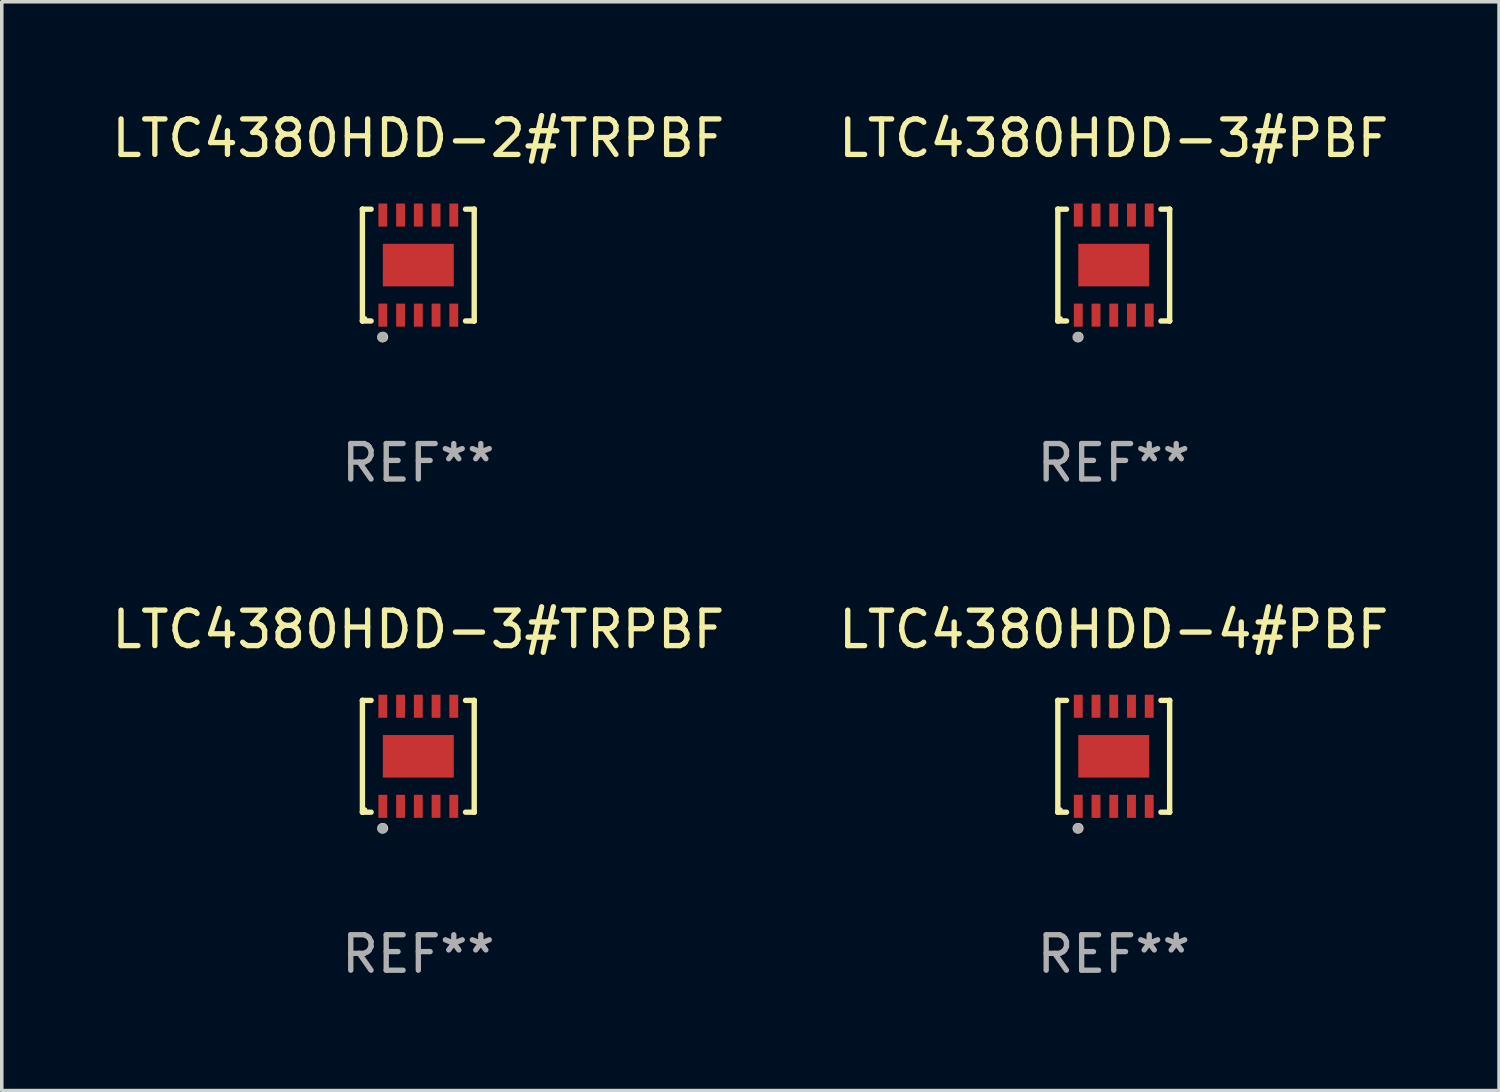
<source format=kicad_pcb>
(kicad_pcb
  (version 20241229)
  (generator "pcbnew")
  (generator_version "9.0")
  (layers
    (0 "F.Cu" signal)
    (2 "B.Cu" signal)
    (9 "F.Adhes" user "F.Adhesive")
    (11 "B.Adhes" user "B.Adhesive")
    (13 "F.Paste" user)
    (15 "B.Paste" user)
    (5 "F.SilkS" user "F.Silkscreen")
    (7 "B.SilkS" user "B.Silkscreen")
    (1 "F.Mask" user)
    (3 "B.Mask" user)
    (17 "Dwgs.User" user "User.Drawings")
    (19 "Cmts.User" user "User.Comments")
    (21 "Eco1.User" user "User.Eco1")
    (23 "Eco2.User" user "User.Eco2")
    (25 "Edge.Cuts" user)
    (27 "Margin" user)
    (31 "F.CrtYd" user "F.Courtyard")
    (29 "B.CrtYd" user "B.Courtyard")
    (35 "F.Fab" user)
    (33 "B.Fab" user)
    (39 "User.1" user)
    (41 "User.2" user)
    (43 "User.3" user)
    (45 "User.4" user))
  (footprint "LTC4380HDD-4#PBF"
    (layer "F.Cu")
    (at 28.351 18.273)
    (property "Reference" "LTC4380HDD-4#PBF" (at 0 -3.576 0) (layer "F.SilkS") (effects (font (size 1 1) (thickness 0.15))))
    (attr through_hole)
    (fp_line (start -1.576 -1.576) (end -1.576 -1.576) (stroke (width 0.152) (type solid)) (layer "F.SilkS"))
    (fp_line (start -1.576 -1.576) (end -1.331 -1.576) (stroke (width 0.152) (type solid)) (layer "F.SilkS"))
    (fp_line (start -1.576 1.576) (end -1.576 -1.576) (stroke (width 0.152) (type solid)) (layer "F.SilkS"))
    (fp_line (start -1.576 1.576) (end -1.576 1.576) (stroke (width 0.152) (type solid)) (layer "F.SilkS"))
    (fp_line (start -1.331 1.576) (end -1.576 1.576) (stroke (width 0.152) (type solid)) (layer "F.SilkS"))
    (fp_line (start 1.331 1.576) (end 1.576 1.576) (stroke (width 0.152) (type solid)) (layer "F.SilkS"))
    (fp_line (start 1.576 -1.576) (end 1.331 -1.576) (stroke (width 0.152) (type solid)) (layer "F.SilkS"))
    (fp_line (start 1.576 -1.576) (end 1.576 -1.576) (stroke (width 0.152) (type solid)) (layer "F.SilkS"))
    (fp_line (start 1.576 1.576) (end 1.576 -1.576) (stroke (width 0.152) (type solid)) (layer "F.SilkS"))
    (fp_line (start 1.576 1.576) (end 1.576 1.576) (stroke (width 0.152) (type solid)) (layer "F.SilkS"))
    (fp_circle (center -1.5 1.5) (end -1.47 1.5) (stroke (width 0.06) (type solid)) (fill no) (layer "F.SilkS"))
    (fp_circle (center -1 2.028) (end -0.925 2.028) (stroke (width 0.15) (type solid)) (fill no) (layer "F.SilkS"))
    (fp_circle (center -1.016 2.032) (end -0.941 2.032) (stroke (width 0.15) (type solid)) (fill no) (layer "F.Fab"))
    (fp_text user "REF**" (at 0 5.576 0) (layer "F.Fab") (effects (font (size 1 1) (thickness 0.15))))
    (pad "1" smd rect (at -1 1.411) (size 0.25 0.65) (layers "F.Cu" "F.Mask" "F.Paste"))
    (pad "2" smd rect (at -0.5 1.411) (size 0.25 0.65) (layers "F.Cu" "F.Mask" "F.Paste"))
    (pad "3" smd rect (at 0 1.411) (size 0.25 0.65) (layers "F.Cu" "F.Mask" "F.Paste"))
    (pad "4" smd rect (at 0.5 1.411) (size 0.25 0.65) (layers "F.Cu" "F.Mask" "F.Paste"))
    (pad "5" smd rect (at 1 1.411) (size 0.25 0.65) (layers "F.Cu" "F.Mask" "F.Paste"))
    (pad "6" smd rect (at 1 -1.411) (size 0.25 0.65) (layers "F.Cu" "F.Mask" "F.Paste"))
    (pad "7" smd rect (at 0.5 -1.411) (size 0.25 0.65) (layers "F.Cu" "F.Mask" "F.Paste"))
    (pad "8" smd rect (at 0 -1.411) (size 0.25 0.65) (layers "F.Cu" "F.Mask" "F.Paste"))
    (pad "9" smd rect (at -0.5 -1.411) (size 0.25 0.65) (layers "F.Cu" "F.Mask" "F.Paste"))
    (pad "10" smd rect (at -1 -1.411) (size 0.25 0.65) (layers "F.Cu" "F.Mask" "F.Paste"))
    (pad "11" smd rect (at 0 0) (size 2 1.2) (layers "F.Cu" "F.Mask" "F.Paste")))
  (footprint "LTC4380HDD-3#TRPBF"
    (layer "F.Cu")
    (at 8.744 18.273)
    (property "Reference" "LTC4380HDD-3#TRPBF" (at 0 -3.576 0) (layer "F.SilkS") (effects (font (size 1 1) (thickness 0.15))))
    (attr through_hole)
    (fp_line (start -1.576 -1.576) (end -1.576 -1.576) (stroke (width 0.152) (type solid)) (layer "F.SilkS"))
    (fp_line (start -1.576 -1.576) (end -1.331 -1.576) (stroke (width 0.152) (type solid)) (layer "F.SilkS"))
    (fp_line (start -1.576 1.576) (end -1.576 -1.576) (stroke (width 0.152) (type solid)) (layer "F.SilkS"))
    (fp_line (start -1.576 1.576) (end -1.576 1.576) (stroke (width 0.152) (type solid)) (layer "F.SilkS"))
    (fp_line (start -1.331 1.576) (end -1.576 1.576) (stroke (width 0.152) (type solid)) (layer "F.SilkS"))
    (fp_line (start 1.331 1.576) (end 1.576 1.576) (stroke (width 0.152) (type solid)) (layer "F.SilkS"))
    (fp_line (start 1.576 -1.576) (end 1.331 -1.576) (stroke (width 0.152) (type solid)) (layer "F.SilkS"))
    (fp_line (start 1.576 -1.576) (end 1.576 -1.576) (stroke (width 0.152) (type solid)) (layer "F.SilkS"))
    (fp_line (start 1.576 1.576) (end 1.576 -1.576) (stroke (width 0.152) (type solid)) (layer "F.SilkS"))
    (fp_line (start 1.576 1.576) (end 1.576 1.576) (stroke (width 0.152) (type solid)) (layer "F.SilkS"))
    (fp_circle (center -1.5 1.5) (end -1.47 1.5) (stroke (width 0.06) (type solid)) (fill no) (layer "F.SilkS"))
    (fp_circle (center -1 2.028) (end -0.925 2.028) (stroke (width 0.15) (type solid)) (fill no) (layer "F.SilkS"))
    (fp_circle (center -1.016 2.032) (end -0.941 2.032) (stroke (width 0.15) (type solid)) (fill no) (layer "F.Fab"))
    (fp_text user "REF**" (at 0 5.576 0) (layer "F.Fab") (effects (font (size 1 1) (thickness 0.15))))
    (pad "1" smd rect (at -1 1.411) (size 0.25 0.65) (layers "F.Cu" "F.Mask" "F.Paste"))
    (pad "2" smd rect (at -0.5 1.411) (size 0.25 0.65) (layers "F.Cu" "F.Mask" "F.Paste"))
    (pad "3" smd rect (at 0 1.411) (size 0.25 0.65) (layers "F.Cu" "F.Mask" "F.Paste"))
    (pad "4" smd rect (at 0.5 1.411) (size 0.25 0.65) (layers "F.Cu" "F.Mask" "F.Paste"))
    (pad "5" smd rect (at 1 1.411) (size 0.25 0.65) (layers "F.Cu" "F.Mask" "F.Paste"))
    (pad "6" smd rect (at 1 -1.411) (size 0.25 0.65) (layers "F.Cu" "F.Mask" "F.Paste"))
    (pad "7" smd rect (at 0.5 -1.411) (size 0.25 0.65) (layers "F.Cu" "F.Mask" "F.Paste"))
    (pad "8" smd rect (at 0 -1.411) (size 0.25 0.65) (layers "F.Cu" "F.Mask" "F.Paste"))
    (pad "9" smd rect (at -0.5 -1.411) (size 0.25 0.65) (layers "F.Cu" "F.Mask" "F.Paste"))
    (pad "10" smd rect (at -1 -1.411) (size 0.25 0.65) (layers "F.Cu" "F.Mask" "F.Paste"))
    (pad "11" smd rect (at 0 0) (size 2 1.2) (layers "F.Cu" "F.Mask" "F.Paste")))
  (footprint "LTC4380HDD-2#TRPBF"
    (layer "F.Cu")
    (at 8.744 4.424)
    (property "Reference" "LTC4380HDD-2#TRPBF" (at 0 -3.576 0) (layer "F.SilkS") (effects (font (size 1 1) (thickness 0.15))))
    (attr through_hole)
    (fp_line (start -1.576 -1.576) (end -1.576 -1.576) (stroke (width 0.152) (type solid)) (layer "F.SilkS"))
    (fp_line (start -1.576 -1.576) (end -1.331 -1.576) (stroke (width 0.152) (type solid)) (layer "F.SilkS"))
    (fp_line (start -1.576 1.576) (end -1.576 -1.576) (stroke (width 0.152) (type solid)) (layer "F.SilkS"))
    (fp_line (start -1.576 1.576) (end -1.576 1.576) (stroke (width 0.152) (type solid)) (layer "F.SilkS"))
    (fp_line (start -1.331 1.576) (end -1.576 1.576) (stroke (width 0.152) (type solid)) (layer "F.SilkS"))
    (fp_line (start 1.331 1.576) (end 1.576 1.576) (stroke (width 0.152) (type solid)) (layer "F.SilkS"))
    (fp_line (start 1.576 -1.576) (end 1.331 -1.576) (stroke (width 0.152) (type solid)) (layer "F.SilkS"))
    (fp_line (start 1.576 -1.576) (end 1.576 -1.576) (stroke (width 0.152) (type solid)) (layer "F.SilkS"))
    (fp_line (start 1.576 1.576) (end 1.576 -1.576) (stroke (width 0.152) (type solid)) (layer "F.SilkS"))
    (fp_line (start 1.576 1.576) (end 1.576 1.576) (stroke (width 0.152) (type solid)) (layer "F.SilkS"))
    (fp_circle (center -1.5 1.5) (end -1.47 1.5) (stroke (width 0.06) (type solid)) (fill no) (layer "F.SilkS"))
    (fp_circle (center -1 2.028) (end -0.925 2.028) (stroke (width 0.15) (type solid)) (fill no) (layer "F.SilkS"))
    (fp_circle (center -1.016 2.032) (end -0.941 2.032) (stroke (width 0.15) (type solid)) (fill no) (layer "F.Fab"))
    (fp_text user "REF**" (at 0 5.576 0) (layer "F.Fab") (effects (font (size 1 1) (thickness 0.15))))
    (pad "1" smd rect (at -1 1.411) (size 0.25 0.65) (layers "F.Cu" "F.Mask" "F.Paste"))
    (pad "2" smd rect (at -0.5 1.411) (size 0.25 0.65) (layers "F.Cu" "F.Mask" "F.Paste"))
    (pad "3" smd rect (at 0 1.411) (size 0.25 0.65) (layers "F.Cu" "F.Mask" "F.Paste"))
    (pad "4" smd rect (at 0.5 1.411) (size 0.25 0.65) (layers "F.Cu" "F.Mask" "F.Paste"))
    (pad "5" smd rect (at 1 1.411) (size 0.25 0.65) (layers "F.Cu" "F.Mask" "F.Paste"))
    (pad "6" smd rect (at 1 -1.411) (size 0.25 0.65) (layers "F.Cu" "F.Mask" "F.Paste"))
    (pad "7" smd rect (at 0.5 -1.411) (size 0.25 0.65) (layers "F.Cu" "F.Mask" "F.Paste"))
    (pad "8" smd rect (at 0 -1.411) (size 0.25 0.65) (layers "F.Cu" "F.Mask" "F.Paste"))
    (pad "9" smd rect (at -0.5 -1.411) (size 0.25 0.65) (layers "F.Cu" "F.Mask" "F.Paste"))
    (pad "10" smd rect (at -1 -1.411) (size 0.25 0.65) (layers "F.Cu" "F.Mask" "F.Paste"))
    (pad "11" smd rect (at 0 0) (size 2 1.2) (layers "F.Cu" "F.Mask" "F.Paste")))
  (footprint "LTC4380HDD-3#PBF"
    (layer "F.Cu")
    (at 28.351 4.424)
    (property "Reference" "LTC4380HDD-3#PBF" (at 0 -3.576 0) (layer "F.SilkS") (effects (font (size 1 1) (thickness 0.15))))
    (attr through_hole)
    (fp_line (start -1.576 -1.576) (end -1.576 -1.576) (stroke (width 0.152) (type solid)) (layer "F.SilkS"))
    (fp_line (start -1.576 -1.576) (end -1.331 -1.576) (stroke (width 0.152) (type solid)) (layer "F.SilkS"))
    (fp_line (start -1.576 1.576) (end -1.576 -1.576) (stroke (width 0.152) (type solid)) (layer "F.SilkS"))
    (fp_line (start -1.576 1.576) (end -1.576 1.576) (stroke (width 0.152) (type solid)) (layer "F.SilkS"))
    (fp_line (start -1.331 1.576) (end -1.576 1.576) (stroke (width 0.152) (type solid)) (layer "F.SilkS"))
    (fp_line (start 1.331 1.576) (end 1.576 1.576) (stroke (width 0.152) (type solid)) (layer "F.SilkS"))
    (fp_line (start 1.576 -1.576) (end 1.331 -1.576) (stroke (width 0.152) (type solid)) (layer "F.SilkS"))
    (fp_line (start 1.576 -1.576) (end 1.576 -1.576) (stroke (width 0.152) (type solid)) (layer "F.SilkS"))
    (fp_line (start 1.576 1.576) (end 1.576 -1.576) (stroke (width 0.152) (type solid)) (layer "F.SilkS"))
    (fp_line (start 1.576 1.576) (end 1.576 1.576) (stroke (width 0.152) (type solid)) (layer "F.SilkS"))
    (fp_circle (center -1.5 1.5) (end -1.47 1.5) (stroke (width 0.06) (type solid)) (fill no) (layer "F.SilkS"))
    (fp_circle (center -1 2.028) (end -0.925 2.028) (stroke (width 0.15) (type solid)) (fill no) (layer "F.SilkS"))
    (fp_circle (center -1.016 2.032) (end -0.941 2.032) (stroke (width 0.15) (type solid)) (fill no) (layer "F.Fab"))
    (fp_text user "REF**" (at 0 5.576 0) (layer "F.Fab") (effects (font (size 1 1) (thickness 0.15))))
    (pad "1" smd rect (at -1 1.411) (size 0.25 0.65) (layers "F.Cu" "F.Mask" "F.Paste"))
    (pad "2" smd rect (at -0.5 1.411) (size 0.25 0.65) (layers "F.Cu" "F.Mask" "F.Paste"))
    (pad "3" smd rect (at 0 1.411) (size 0.25 0.65) (layers "F.Cu" "F.Mask" "F.Paste"))
    (pad "4" smd rect (at 0.5 1.411) (size 0.25 0.65) (layers "F.Cu" "F.Mask" "F.Paste"))
    (pad "5" smd rect (at 1 1.411) (size 0.25 0.65) (layers "F.Cu" "F.Mask" "F.Paste"))
    (pad "6" smd rect (at 1 -1.411) (size 0.25 0.65) (layers "F.Cu" "F.Mask" "F.Paste"))
    (pad "7" smd rect (at 0.5 -1.411) (size 0.25 0.65) (layers "F.Cu" "F.Mask" "F.Paste"))
    (pad "8" smd rect (at 0 -1.411) (size 0.25 0.65) (layers "F.Cu" "F.Mask" "F.Paste"))
    (pad "9" smd rect (at -0.5 -1.411) (size 0.25 0.65) (layers "F.Cu" "F.Mask" "F.Paste"))
    (pad "10" smd rect (at -1 -1.411) (size 0.25 0.65) (layers "F.Cu" "F.Mask" "F.Paste"))
    (pad "11" smd rect (at 0 0) (size 2 1.2) (layers "F.Cu" "F.Mask" "F.Paste")))
  (gr_rect
    (start -3 -3)
    (end 39.214 27.698)
    (stroke (width 0.1) (type default))
    (fill no)
    (layer "Edge.Cuts")))
</source>
